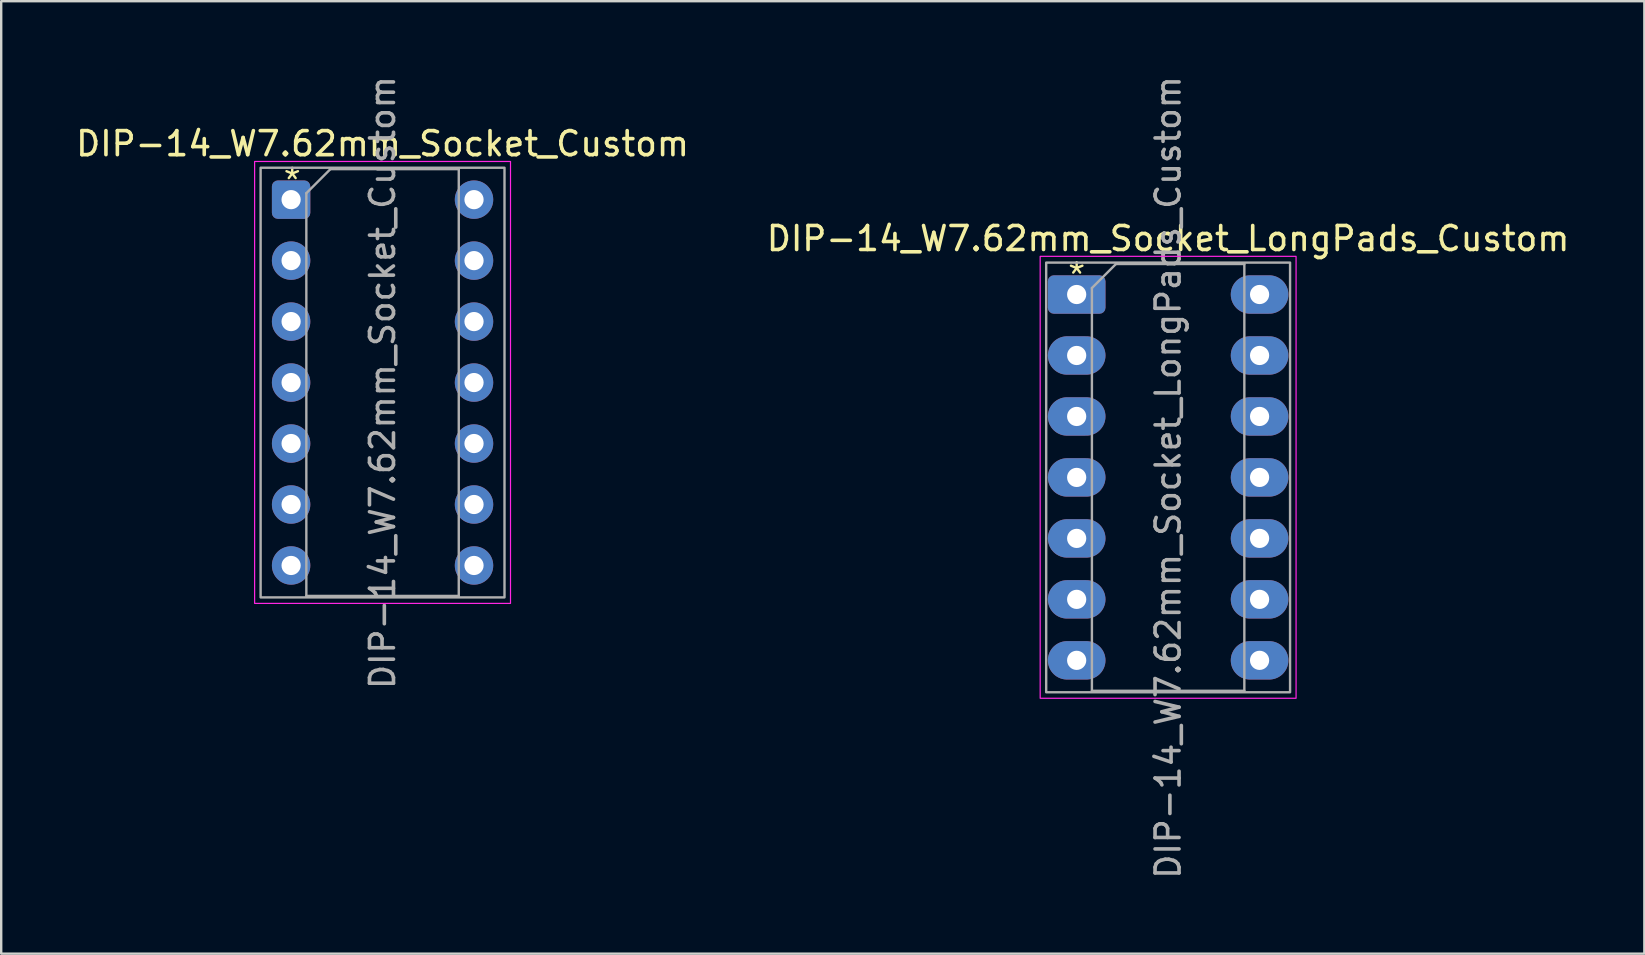
<source format=kicad_pcb>
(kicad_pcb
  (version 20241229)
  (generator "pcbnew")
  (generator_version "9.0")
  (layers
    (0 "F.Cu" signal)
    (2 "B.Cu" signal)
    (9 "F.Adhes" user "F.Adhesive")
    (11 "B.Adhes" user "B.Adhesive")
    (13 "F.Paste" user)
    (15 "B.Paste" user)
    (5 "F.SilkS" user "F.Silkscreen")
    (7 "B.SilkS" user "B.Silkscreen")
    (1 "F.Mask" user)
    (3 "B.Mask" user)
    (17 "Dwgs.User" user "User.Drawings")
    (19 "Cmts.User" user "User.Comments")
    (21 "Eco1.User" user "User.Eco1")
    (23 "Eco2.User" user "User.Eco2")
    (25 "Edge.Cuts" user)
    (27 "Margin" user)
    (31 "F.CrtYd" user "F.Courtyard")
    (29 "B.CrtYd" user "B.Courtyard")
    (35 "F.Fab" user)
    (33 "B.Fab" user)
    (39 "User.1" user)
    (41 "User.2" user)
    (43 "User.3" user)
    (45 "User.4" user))
  (footprint "DIP-14_W7.62mm_Socket_Custom"
    (layer "F.Cu")
    (at 9.077 5.267)
    (property "Reference" "DIP-14_W7.62mm_Socket_Custom" (at 3.81 -2.33 0) (layer "F.SilkS") (effects (font (size 1 1) (thickness 0.15))))
    (attr through_hole)
    (fp_rect (start -1.52 -1.59) (end 9.14 16.82) (stroke (width 0.05) (type solid)) (fill no) (layer "F.CrtYd"))
    (fp_line (start 0.635 -0.27) (end 1.635 -1.27) (stroke (width 0.1) (type solid)) (layer "F.Fab"))
    (fp_line (start 0.635 16.51) (end 0.635 -0.27) (stroke (width 0.1) (type solid)) (layer "F.Fab"))
    (fp_line (start 1.635 -1.27) (end 6.985 -1.27) (stroke (width 0.1) (type solid)) (layer "F.Fab"))
    (fp_line (start 6.985 -1.27) (end 6.985 16.51) (stroke (width 0.1) (type solid)) (layer "F.Fab"))
    (fp_line (start 6.985 16.51) (end 0.635 16.51) (stroke (width 0.1) (type solid)) (layer "F.Fab"))
    (fp_rect (start -1.27 -1.33) (end 8.89 16.57) (stroke (width 0.1) (type solid)) (fill no) (layer "F.Fab"))
    (fp_text user "*" (at -0.4 -0.2 0) (unlocked yes) (layer "F.SilkS") (effects (font (size 1 1) (thickness 0.1)) (justify left bottom)))
    (fp_text user "${REFERENCE}" (at 3.81 7.62 90) (layer "F.Fab") (effects (font (size 1 1) (thickness 0.15))))
    (pad "1" thru_hole roundrect (at 0 0) (size 1.6 1.6) (drill 0.8) (layers "*.Cu" "*.Mask") (roundrect_rratio 0.156))
    (pad "2" thru_hole circle (at 0 2.54) (size 1.6 1.6) (drill 0.8) (layers "*.Cu" "*.Mask"))
    (pad "3" thru_hole circle (at 0 5.08) (size 1.6 1.6) (drill 0.8) (layers "*.Cu" "*.Mask"))
    (pad "4" thru_hole circle (at 0 7.62) (size 1.6 1.6) (drill 0.8) (layers "*.Cu" "*.Mask"))
    (pad "5" thru_hole circle (at 0 10.16) (size 1.6 1.6) (drill 0.8) (layers "*.Cu" "*.Mask"))
    (pad "6" thru_hole circle (at 0 12.7) (size 1.6 1.6) (drill 0.8) (layers "*.Cu" "*.Mask"))
    (pad "7" thru_hole circle (at 0 15.24) (size 1.6 1.6) (drill 0.8) (layers "*.Cu" "*.Mask"))
    (pad "8" thru_hole circle (at 7.62 15.24) (size 1.6 1.6) (drill 0.8) (layers "*.Cu" "*.Mask"))
    (pad "9" thru_hole circle (at 7.62 12.7) (size 1.6 1.6) (drill 0.8) (layers "*.Cu" "*.Mask"))
    (pad "10" thru_hole circle (at 7.62 10.16) (size 1.6 1.6) (drill 0.8) (layers "*.Cu" "*.Mask"))
    (pad "11" thru_hole circle (at 7.62 7.62) (size 1.6 1.6) (drill 0.8) (layers "*.Cu" "*.Mask"))
    (pad "12" thru_hole circle (at 7.62 5.08) (size 1.6 1.6) (drill 0.8) (layers "*.Cu" "*.Mask"))
    (pad "13" thru_hole circle (at 7.62 2.54) (size 1.6 1.6) (drill 0.8) (layers "*.Cu" "*.Mask"))
    (pad "14" thru_hole circle (at 7.62 0) (size 1.6 1.6) (drill 0.8) (layers "*.Cu" "*.Mask")))
  (footprint "DIP-14_W7.62mm_Socket_LongPads_Custom"
    (layer "F.Cu")
    (at 41.803 9.219)
    (property "Reference" "DIP-14_W7.62mm_Socket_LongPads_Custom" (at 3.81 -2.33 0) (layer "F.SilkS") (effects (font (size 1 1) (thickness 0.15))))
    (attr through_hole)
    (fp_rect (start -1.52 -1.59) (end 9.14 16.82) (stroke (width 0.05) (type solid)) (fill no) (layer "F.CrtYd"))
    (fp_line (start 0.635 -0.27) (end 1.635 -1.27) (stroke (width 0.1) (type solid)) (layer "F.Fab"))
    (fp_line (start 0.635 16.51) (end 0.635 -0.27) (stroke (width 0.1) (type solid)) (layer "F.Fab"))
    (fp_line (start 1.635 -1.27) (end 6.985 -1.27) (stroke (width 0.1) (type solid)) (layer "F.Fab"))
    (fp_line (start 6.985 -1.27) (end 6.985 16.51) (stroke (width 0.1) (type solid)) (layer "F.Fab"))
    (fp_line (start 6.985 16.51) (end 0.635 16.51) (stroke (width 0.1) (type solid)) (layer "F.Fab"))
    (fp_rect (start -1.27 -1.33) (end 8.89 16.57) (stroke (width 0.1) (type solid)) (fill no) (layer "F.Fab"))
    (fp_text user "*" (at 0 -0.8 0) (unlocked yes) (layer "F.SilkS") (effects (font (size 1 1) (thickness 0.1))))
    (fp_text user "${REFERENCE}" (at 3.81 7.62 90) (layer "F.Fab") (effects (font (size 1 1) (thickness 0.15))))
    (pad "1" thru_hole roundrect (at 0 0) (size 2.4 1.6) (drill 0.8) (layers "*.Cu" "*.Mask") (roundrect_rratio 0.156))
    (pad "2" thru_hole oval (at 0 2.54) (size 2.4 1.6) (drill 0.8) (layers "*.Cu" "*.Mask"))
    (pad "3" thru_hole oval (at 0 5.08) (size 2.4 1.6) (drill 0.8) (layers "*.Cu" "*.Mask"))
    (pad "4" thru_hole oval (at 0 7.62) (size 2.4 1.6) (drill 0.8) (layers "*.Cu" "*.Mask"))
    (pad "5" thru_hole oval (at 0 10.16) (size 2.4 1.6) (drill 0.8) (layers "*.Cu" "*.Mask"))
    (pad "6" thru_hole oval (at 0 12.7) (size 2.4 1.6) (drill 0.8) (layers "*.Cu" "*.Mask"))
    (pad "7" thru_hole oval (at 0 15.24) (size 2.4 1.6) (drill 0.8) (layers "*.Cu" "*.Mask"))
    (pad "8" thru_hole oval (at 7.62 15.24) (size 2.4 1.6) (drill 0.8) (layers "*.Cu" "*.Mask"))
    (pad "9" thru_hole oval (at 7.62 12.7) (size 2.4 1.6) (drill 0.8) (layers "*.Cu" "*.Mask"))
    (pad "10" thru_hole oval (at 7.62 10.16) (size 2.4 1.6) (drill 0.8) (layers "*.Cu" "*.Mask"))
    (pad "11" thru_hole oval (at 7.62 7.62) (size 2.4 1.6) (drill 0.8) (layers "*.Cu" "*.Mask"))
    (pad "12" thru_hole oval (at 7.62 5.08) (size 2.4 1.6) (drill 0.8) (layers "*.Cu" "*.Mask"))
    (pad "13" thru_hole oval (at 7.62 2.54) (size 2.4 1.6) (drill 0.8) (layers "*.Cu" "*.Mask"))
    (pad "14" thru_hole oval (at 7.62 0) (size 2.4 1.6) (drill 0.8) (layers "*.Cu" "*.Mask")))
  (gr_rect
    (start -3 -3)
    (end 65.452 36.679)
    (stroke (width 0.1) (type default))
    (fill no)
    (layer "Edge.Cuts")))
</source>
